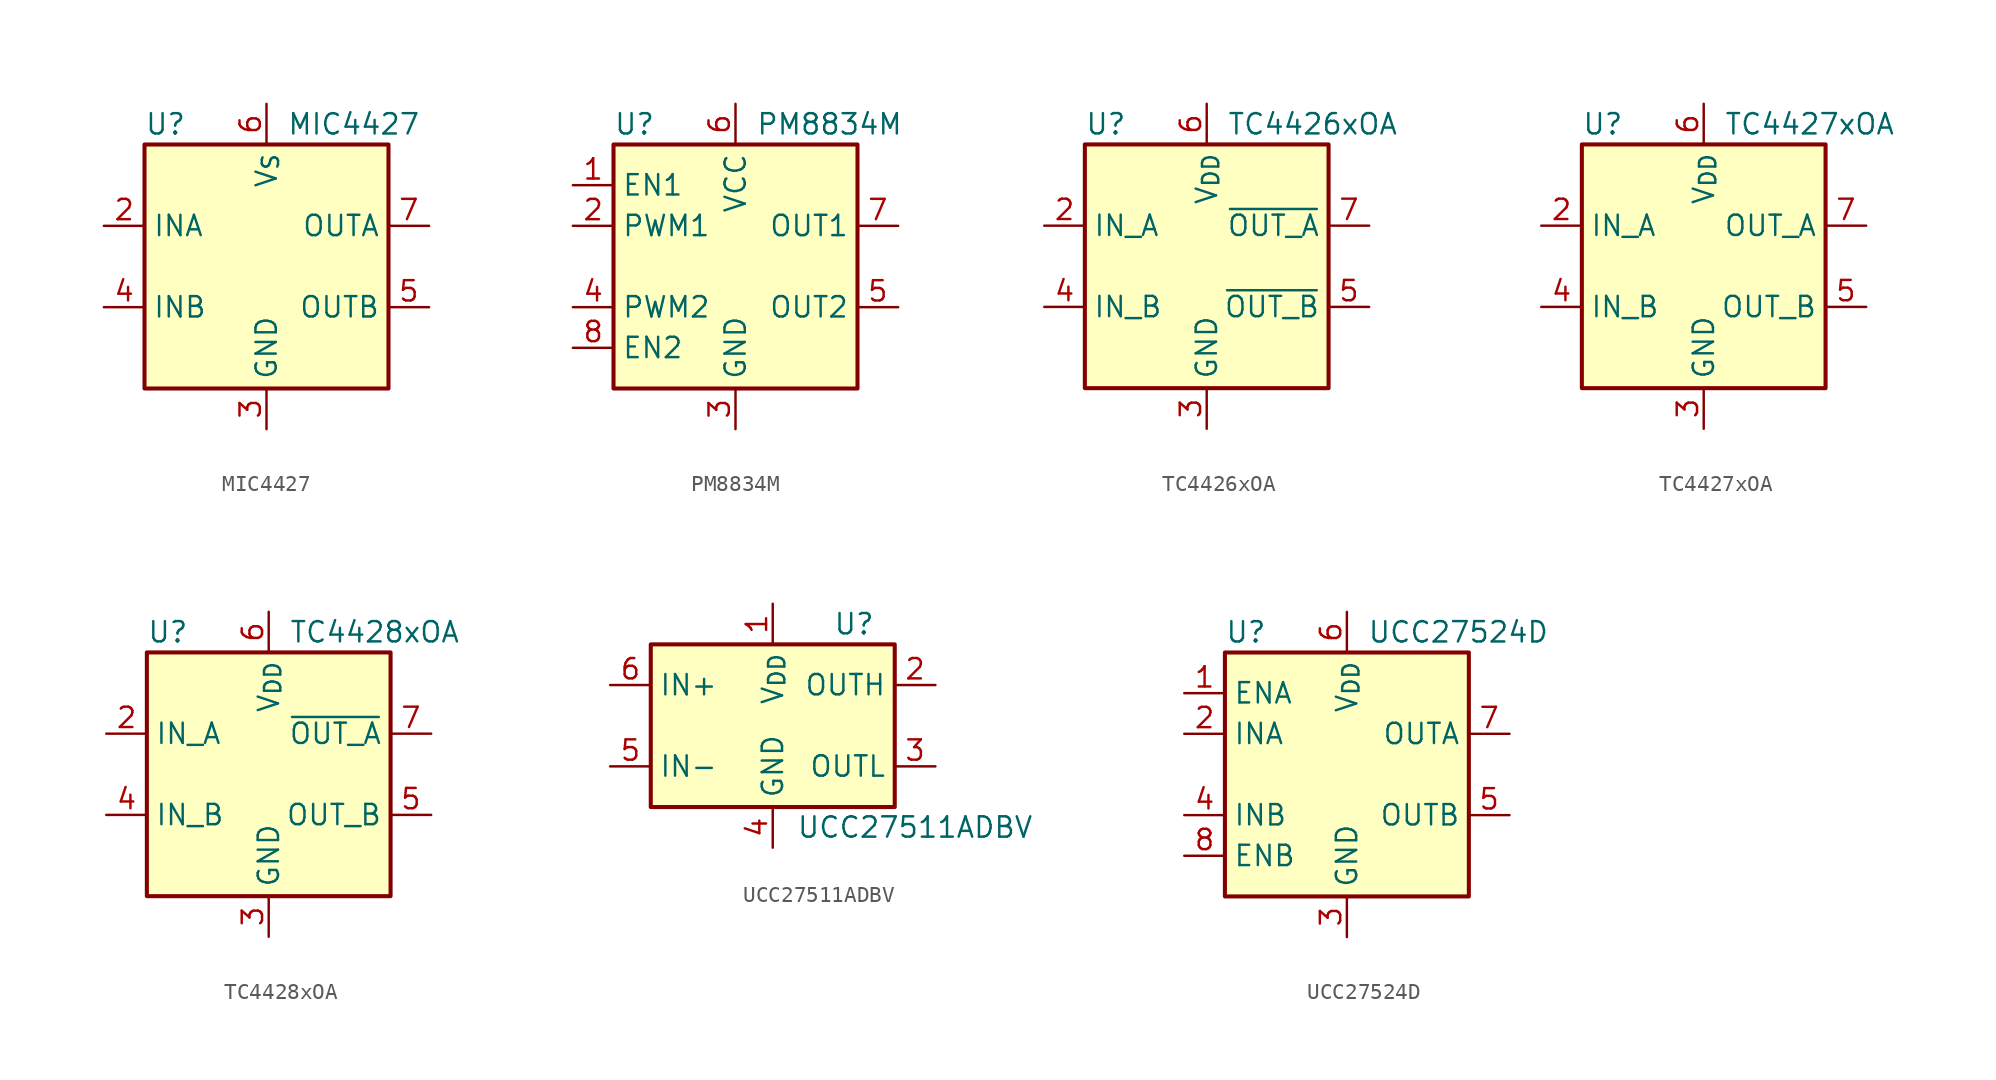
<source format=kicad_sym>
(kicad_symbol_lib
  (version 20241209)
  (generator "kicad_symbol_editor")
  (generator_version "9.0")
  (symbol "MIC4427"
    (property "Reference" "U"
      (at -7.62 8.89 0)
      (effects (font (size 1.27 1.27)) (justify left)))
    (property "Value" "MIC4427"
      (at 1.27 8.89 0)
      (effects (font (size 1.27 1.27)) (justify left)))
    (symbol "MIC4427_0_1"
      (rectangle (start -7.62 -7.62) (end 7.62 7.62) (stroke (width 0.254) (type default)) (fill (type background))))
    (symbol "MIC4427_1_1"
      (pin input line (at -10.16 2.54 0) (length 2.54) (name "INA" (effects (font (size 1.27 1.27)))) (number "2" (effects (font (size 1.27 1.27)))))
      (pin input line (at -10.16 -2.54 0) (length 2.54) (name "INB" (effects (font (size 1.27 1.27)))) (number "4" (effects (font (size 1.27 1.27)))))
      (pin no_connect line (at -7.62 0 0) (length 2.54) (hide yes) (name "NC" (effects (font (size 1.27 1.27)))) (number "1" (effects (font (size 1.27 1.27)))))
      (pin power_in line (at 0 10.16 270) (length 2.54) (name "V_{S}" (effects (font (size 1.27 1.27)))) (number "6" (effects (font (size 1.27 1.27)))))
      (pin power_in line (at 0 -10.16 90) (length 2.54) (name "GND" (effects (font (size 1.27 1.27)))) (number "3" (effects (font (size 1.27 1.27)))))
      (pin no_connect line (at 7.62 0 180) (length 2.54) (hide yes) (name "NC" (effects (font (size 1.27 1.27)))) (number "8" (effects (font (size 1.27 1.27)))))
      (pin output line (at 10.16 2.54 180) (length 2.54) (name "OUTA" (effects (font (size 1.27 1.27)))) (number "7" (effects (font (size 1.27 1.27)))))
      (pin output line (at 10.16 -2.54 180) (length 2.54) (name "OUTB" (effects (font (size 1.27 1.27)))) (number "5" (effects (font (size 1.27 1.27)))))))
  (symbol "PM8834M"
    (property "Reference" "U"
      (at -7.62 8.89 0)
      (effects (font (size 1.27 1.27)) (justify left)))
    (property "Value" "PM8834M"
      (at 1.27 8.89 0)
      (effects (font (size 1.27 1.27)) (justify left)))
    (symbol "PM8834M_0_1"
      (rectangle (start -7.62 7.62) (end 7.62 -7.62) (stroke (width 0.254) (type default)) (fill (type background))))
    (symbol "PM8834M_1_1"
      (pin input line (at -10.16 5.08 0) (length 2.54) (name "EN1" (effects (font (size 1.27 1.27)))) (number "1" (effects (font (size 1.27 1.27)))))
      (pin input line (at -10.16 2.54 0) (length 2.54) (name "PWM1" (effects (font (size 1.27 1.27)))) (number "2" (effects (font (size 1.27 1.27)))))
      (pin input line (at -10.16 -2.54 0) (length 2.54) (name "PWM2" (effects (font (size 1.27 1.27)))) (number "4" (effects (font (size 1.27 1.27)))))
      (pin input line (at -10.16 -5.08 0) (length 2.54) (name "EN2" (effects (font (size 1.27 1.27)))) (number "8" (effects (font (size 1.27 1.27)))))
      (pin power_in line (at 0 10.16 270) (length 2.54) (name "VCC" (effects (font (size 1.27 1.27)))) (number "6" (effects (font (size 1.27 1.27)))))
      (pin power_in line (at 0 -10.16 90) (length 2.54) (name "GND" (effects (font (size 1.27 1.27)))) (number "3" (effects (font (size 1.27 1.27)))))
      (pin passive line (at 0 -10.16 90) (length 2.54) (hide yes) (name "GND" (effects (font (size 1.27 1.27)))) (number "9" (effects (font (size 1.27 1.27)))))
      (pin output line (at 10.16 2.54 180) (length 2.54) (name "OUT1" (effects (font (size 1.27 1.27)))) (number "7" (effects (font (size 1.27 1.27)))))
      (pin output line (at 10.16 -2.54 180) (length 2.54) (name "OUT2" (effects (font (size 1.27 1.27)))) (number "5" (effects (font (size 1.27 1.27)))))))
  (symbol "TC4426xOA"
    (property "Reference" "U"
      (at -7.62 8.89 0)
      (effects (font (size 1.27 1.27)) (justify left)))
    (property "Value" "TC4426xOA"
      (at 1.27 8.89 0)
      (effects (font (size 1.27 1.27)) (justify left)))
    (symbol "TC4426xOA_0_1"
      (rectangle (start -7.62 -7.62) (end 7.62 7.62) (stroke (width 0.254) (type default)) (fill (type background))))
    (symbol "TC4426xOA_1_1"
      (pin input line (at -10.16 2.54 0) (length 2.54) (name "IN_A" (effects (font (size 1.27 1.27)))) (number "2" (effects (font (size 1.27 1.27)))))
      (pin input line (at -10.16 -2.54 0) (length 2.54) (name "IN_B" (effects (font (size 1.27 1.27)))) (number "4" (effects (font (size 1.27 1.27)))))
      (pin no_connect line (at -7.62 0 0) (length 2.54) (hide yes) (name "NC" (effects (font (size 1.27 1.27)))) (number "1" (effects (font (size 1.27 1.27)))))
      (pin power_in line (at 0 10.16 270) (length 2.54) (name "V_{DD}" (effects (font (size 1.27 1.27)))) (number "6" (effects (font (size 1.27 1.27)))))
      (pin power_in line (at 0 -10.16 90) (length 2.54) (name "GND" (effects (font (size 1.27 1.27)))) (number "3" (effects (font (size 1.27 1.27)))))
      (pin no_connect line (at 7.62 0 180) (length 2.54) (hide yes) (name "NC" (effects (font (size 1.27 1.27)))) (number "8" (effects (font (size 1.27 1.27)))))
      (pin output line (at 10.16 2.54 180) (length 2.54) (name "~{OUT_A}" (effects (font (size 1.27 1.27)))) (number "7" (effects (font (size 1.27 1.27)))))
      (pin output line (at 10.16 -2.54 180) (length 2.54) (name "~{OUT_B}" (effects (font (size 1.27 1.27)))) (number "5" (effects (font (size 1.27 1.27)))))))
  (symbol "TC4427xOA"
    (property "Reference" "U"
      (at -7.62 8.89 0)
      (effects (font (size 1.27 1.27)) (justify left)))
    (property "Value" "TC4427xOA"
      (at 1.27 8.89 0)
      (effects (font (size 1.27 1.27)) (justify left)))
    (symbol "TC4427xOA_0_1"
      (rectangle (start -7.62 -7.62) (end 7.62 7.62) (stroke (width 0.254) (type default)) (fill (type background))))
    (symbol "TC4427xOA_1_1"
      (pin input line (at -10.16 2.54 0) (length 2.54) (name "IN_A" (effects (font (size 1.27 1.27)))) (number "2" (effects (font (size 1.27 1.27)))))
      (pin input line (at -10.16 -2.54 0) (length 2.54) (name "IN_B" (effects (font (size 1.27 1.27)))) (number "4" (effects (font (size 1.27 1.27)))))
      (pin no_connect line (at -7.62 0 0) (length 2.54) (hide yes) (name "NC" (effects (font (size 1.27 1.27)))) (number "1" (effects (font (size 1.27 1.27)))))
      (pin power_in line (at 0 10.16 270) (length 2.54) (name "V_{DD}" (effects (font (size 1.27 1.27)))) (number "6" (effects (font (size 1.27 1.27)))))
      (pin power_in line (at 0 -10.16 90) (length 2.54) (name "GND" (effects (font (size 1.27 1.27)))) (number "3" (effects (font (size 1.27 1.27)))))
      (pin no_connect line (at 7.62 0 180) (length 2.54) (hide yes) (name "NC" (effects (font (size 1.27 1.27)))) (number "8" (effects (font (size 1.27 1.27)))))
      (pin output line (at 10.16 2.54 180) (length 2.54) (name "OUT_A" (effects (font (size 1.27 1.27)))) (number "7" (effects (font (size 1.27 1.27)))))
      (pin output line (at 10.16 -2.54 180) (length 2.54) (name "OUT_B" (effects (font (size 1.27 1.27)))) (number "5" (effects (font (size 1.27 1.27)))))))
  (symbol "TC4428xOA"
    (property "Reference" "U"
      (at -7.62 8.89 0)
      (effects (font (size 1.27 1.27)) (justify left)))
    (property "Value" "TC4428xOA"
      (at 1.27 8.89 0)
      (effects (font (size 1.27 1.27)) (justify left)))
    (symbol "TC4428xOA_0_1"
      (rectangle (start -7.62 -7.62) (end 7.62 7.62) (stroke (width 0.254) (type default)) (fill (type background))))
    (symbol "TC4428xOA_1_1"
      (pin input line (at -10.16 2.54 0) (length 2.54) (name "IN_A" (effects (font (size 1.27 1.27)))) (number "2" (effects (font (size 1.27 1.27)))))
      (pin input line (at -10.16 -2.54 0) (length 2.54) (name "IN_B" (effects (font (size 1.27 1.27)))) (number "4" (effects (font (size 1.27 1.27)))))
      (pin no_connect line (at -7.62 0 0) (length 2.54) (hide yes) (name "NC" (effects (font (size 1.27 1.27)))) (number "1" (effects (font (size 1.27 1.27)))))
      (pin power_in line (at 0 10.16 270) (length 2.54) (name "V_{DD}" (effects (font (size 1.27 1.27)))) (number "6" (effects (font (size 1.27 1.27)))))
      (pin power_in line (at 0 -10.16 90) (length 2.54) (name "GND" (effects (font (size 1.27 1.27)))) (number "3" (effects (font (size 1.27 1.27)))))
      (pin no_connect line (at 7.62 0 180) (length 2.54) (hide yes) (name "NC" (effects (font (size 1.27 1.27)))) (number "8" (effects (font (size 1.27 1.27)))))
      (pin output line (at 10.16 2.54 180) (length 2.54) (name "~{OUT_A}" (effects (font (size 1.27 1.27)))) (number "7" (effects (font (size 1.27 1.27)))))
      (pin output line (at 10.16 -2.54 180) (length 2.54) (name "OUT_B" (effects (font (size 1.27 1.27)))) (number "5" (effects (font (size 1.27 1.27)))))))
  (symbol "UCC27511ADBV"
    (property "Reference" "U"
      (at 5.08 6.35 0)
      (effects (font (size 1.27 1.27))))
    (property "Value" "UCC27511ADBV"
      (at 8.89 -6.35 0)
      (effects (font (size 1.27 1.27))))
    (symbol "UCC27511ADBV_0_1"
      (rectangle (start -7.62 5.08) (end 7.62 -5.08) (stroke (width 0.254) (type default)) (fill (type background))))
    (symbol "UCC27511ADBV_1_1"
      (pin input line (at -10.16 2.54 0) (length 2.54) (name "IN+" (effects (font (size 1.27 1.27)))) (number "6" (effects (font (size 1.27 1.27)))))
      (pin input line (at -10.16 -2.54 0) (length 2.54) (name "IN-" (effects (font (size 1.27 1.27)))) (number "5" (effects (font (size 1.27 1.27)))))
      (pin power_in line (at 0 7.62 270) (length 2.54) (name "V_{DD}" (effects (font (size 1.27 1.27)))) (number "1" (effects (font (size 1.27 1.27)))))
      (pin power_in line (at 0 -7.62 90) (length 2.54) (name "GND" (effects (font (size 1.27 1.27)))) (number "4" (effects (font (size 1.27 1.27)))))
      (pin output line (at 10.16 2.54 180) (length 2.54) (name "OUTH" (effects (font (size 1.27 1.27)))) (number "2" (effects (font (size 1.27 1.27)))))
      (pin output line (at 10.16 -2.54 180) (length 2.54) (name "OUTL" (effects (font (size 1.27 1.27)))) (number "3" (effects (font (size 1.27 1.27)))))))
  (symbol "UCC27524D"
    (property "Reference" "U"
      (at -7.62 8.89 0)
      (effects (font (size 1.27 1.27)) (justify left)))
    (property "Value" "UCC27524D"
      (at 1.27 8.89 0)
      (effects (font (size 1.27 1.27)) (justify left)))
    (symbol "UCC27524D_0_1"
      (rectangle (start -7.62 7.62) (end 7.62 -7.62) (stroke (width 0.254) (type default)) (fill (type background))))
    (symbol "UCC27524D_1_1"
      (pin input line (at -10.16 5.08 0) (length 2.54) (name "ENA" (effects (font (size 1.27 1.27)))) (number "1" (effects (font (size 1.27 1.27)))))
      (pin input line (at -10.16 2.54 0) (length 2.54) (name "INA" (effects (font (size 1.27 1.27)))) (number "2" (effects (font (size 1.27 1.27)))))
      (pin input line (at -10.16 -2.54 0) (length 2.54) (name "INB" (effects (font (size 1.27 1.27)))) (number "4" (effects (font (size 1.27 1.27)))))
      (pin input line (at -10.16 -5.08 0) (length 2.54) (name "ENB" (effects (font (size 1.27 1.27)))) (number "8" (effects (font (size 1.27 1.27)))))
      (pin power_in line (at 0 10.16 270) (length 2.54) (name "V_{DD}" (effects (font (size 1.27 1.27)))) (number "6" (effects (font (size 1.27 1.27)))))
      (pin power_in line (at 0 -10.16 90) (length 2.54) (name "GND" (effects (font (size 1.27 1.27)))) (number "3" (effects (font (size 1.27 1.27)))))
      (pin output line (at 10.16 2.54 180) (length 2.54) (name "OUTA" (effects (font (size 1.27 1.27)))) (number "7" (effects (font (size 1.27 1.27)))))
      (pin output line (at 10.16 -2.54 180) (length 2.54) (name "OUTB" (effects (font (size 1.27 1.27)))) (number "5" (effects (font (size 1.27 1.27))))))))
</source>
